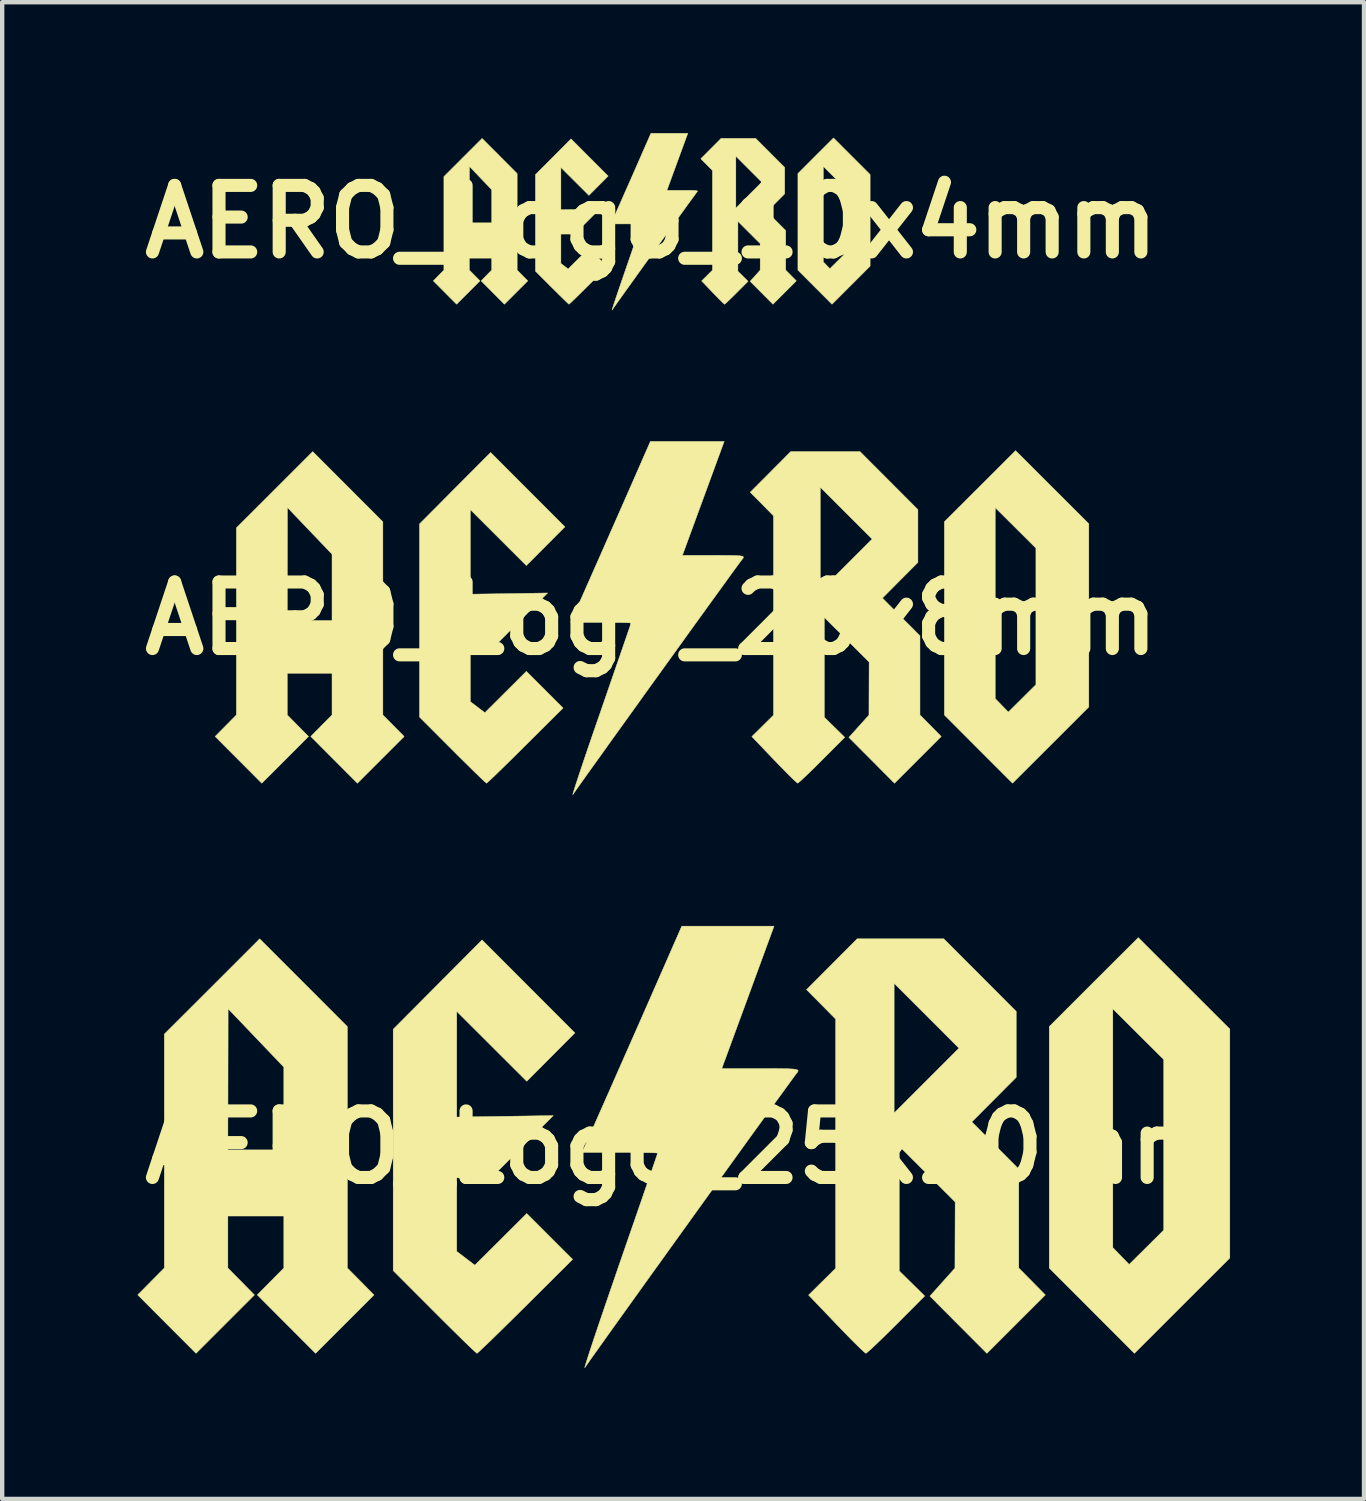
<source format=kicad_pcb>
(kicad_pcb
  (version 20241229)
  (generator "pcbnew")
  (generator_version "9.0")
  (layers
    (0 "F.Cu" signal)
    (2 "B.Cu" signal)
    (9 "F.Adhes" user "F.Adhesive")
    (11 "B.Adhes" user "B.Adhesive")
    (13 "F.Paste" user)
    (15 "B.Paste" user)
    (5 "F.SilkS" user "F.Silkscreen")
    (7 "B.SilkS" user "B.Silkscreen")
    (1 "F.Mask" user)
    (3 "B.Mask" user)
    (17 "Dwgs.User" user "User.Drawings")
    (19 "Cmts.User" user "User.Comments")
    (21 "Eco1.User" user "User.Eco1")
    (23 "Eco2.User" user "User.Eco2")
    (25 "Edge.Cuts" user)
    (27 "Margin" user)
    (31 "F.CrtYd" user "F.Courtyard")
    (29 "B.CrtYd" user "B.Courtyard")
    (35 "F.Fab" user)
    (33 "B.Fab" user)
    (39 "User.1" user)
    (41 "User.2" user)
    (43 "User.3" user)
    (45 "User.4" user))
  (footprint "AERO_Logo_20x8mm"
    (layer "F.Cu")
    (at 11.873 11.117)
    (property "Reference" "AERO_Logo_20x8mm" (at 0 0 0) (layer "F.SilkS") (effects (font (size 1.524 1.524) (thickness 0.3))))
    (attr through_hole)
    (fp_poly (pts (xy 10.02 -2.168) (xy 10.02 2.028) (xy 9.146 2.902) (xy 8.272 3.775) (xy 7.491 2.994) (xy 6.711 2.213) (xy 6.711 1.836) (xy 7.876 1.836) (xy 8.026 1.991) (xy 8.176 2.145) (xy 8.492 1.831) (xy 8.808 1.517) (xy 8.808 -1.61) (xy 8.342 -2.074) (xy 7.876 -2.538) (xy 7.876 1.836) (xy 6.711 1.836) (xy 6.711 -2.215) (xy 7.527 -3.029) (xy 8.342 -3.844) (xy 10.02 -2.168)) (stroke (width 0.01) (type solid)) (fill yes) (layer "F.SilkS"))
    (fp_poly (pts (xy -2.833 -2.95) (xy -1.982 -2.098) (xy -2.865 -1.211) (xy -4.148 -2.492) (xy -4.148 -0.555) (xy -2.378 -0.583) (xy -2.948 -0.012) (xy -3.517 0.559) (xy -4.148 0.559) (xy -4.148 1.906) (xy -3.982 2.033) (xy -3.816 2.16) (xy -3.34 1.686) (xy -2.865 1.212) (xy -2.024 2.053) (xy -2.89 2.914) (xy -3.122 3.145) (xy -3.333 3.352) (xy -3.512 3.527) (xy -3.652 3.662) (xy -3.744 3.747) (xy -3.777 3.775) (xy -3.815 3.744) (xy -3.909 3.655) (xy -4.05 3.519) (xy -4.227 3.344) (xy -4.433 3.141) (xy -4.556 3.017) (xy -5.313 2.259) (xy -5.313 -2.164) (xy -4.499 -2.983) (xy -3.684 -3.802) (xy -2.833 -2.95)) (stroke (width 0.01) (type solid)) (fill yes) (layer "F.SilkS"))
    (fp_poly (pts (xy -6.152 -2.213) (xy -6.152 2.211) (xy -5.908 2.458) (xy -5.664 2.704) (xy -6.2 3.24) (xy -6.736 3.776) (xy -7.27 3.24) (xy -7.804 2.704) (xy -7.561 2.457) (xy -7.317 2.211) (xy -7.317 1.258) (xy -8.342 1.258) (xy -8.342 2.211) (xy -8.099 2.458) (xy -7.855 2.704) (xy -8.39 3.24) (xy -8.926 3.776) (xy -9.46 3.24) (xy -9.995 2.704) (xy -9.751 2.457) (xy -9.508 2.211) (xy -9.508 0.047) (xy -8.342 0.047) (xy -7.317 0.047) (xy -7.317 -1.471) (xy -7.827 -2.005) (xy -8.338 -2.54) (xy -8.34 -1.247) (xy -8.342 0.047) (xy -9.508 0.047) (xy -9.508 -2.075) (xy -8.633 -2.948) (xy -7.759 -3.822) (xy -6.152 -2.213)) (stroke (width 0.01) (type solid)) (fill yes) (layer "F.SilkS"))
    (fp_poly (pts (xy 5.442 -3.157) (xy 6.105 -2.492) (xy 6.105 -1.283) (xy 5.698 -0.875) (xy 5.292 -0.466) (xy 6.152 0.398) (xy 6.152 2.211) (xy 6.396 2.458) (xy 6.639 2.704) (xy 6.104 3.24) (xy 5.568 3.776) (xy 5.046 3.251) (xy 4.523 2.726) (xy 4.983 2.214) (xy 4.985 1.607) (xy 4.987 1) (xy 4.474 0.489) (xy 3.961 -0.022) (xy 3.961 2.264) (xy 4.195 2.494) (xy 4.429 2.724) (xy 3.904 3.249) (xy 3.725 3.428) (xy 3.568 3.58) (xy 3.445 3.696) (xy 3.369 3.763) (xy 3.35 3.775) (xy 3.309 3.743) (xy 3.216 3.655) (xy 3.082 3.521) (xy 2.919 3.354) (xy 2.81 3.241) (xy 2.3 2.707) (xy 2.548 2.462) (xy 2.796 2.217) (xy 2.796 -0.63) (xy 3.868 -0.63) (xy 4.462 -1.224) (xy 5.056 -1.818) (xy 3.868 -3.006) (xy 3.868 -0.63) (xy 2.796 -0.63) (xy 2.796 -2.351) (xy 2.53 -2.621) (xy 2.263 -2.89) (xy 2.727 -3.356) (xy 3.191 -3.822) (xy 4.778 -3.822) (xy 5.442 -3.157)) (stroke (width 0.01) (type solid)) (fill yes) (layer "F.SilkS"))
    (fp_poly (pts (xy 0.71 -1.445) (xy 1.434 -1.445) (xy 1.707 -1.444) (xy 1.899 -1.442) (xy 2.022 -1.435) (xy 2.089 -1.424) (xy 2.11 -1.406) (xy 2.099 -1.379) (xy 2.086 -1.363) (xy 2.048 -1.314) (xy 1.962 -1.197) (xy 1.832 -1.019) (xy 1.665 -0.787) (xy 1.464 -0.51) (xy 1.236 -0.195) (xy 0.986 0.151) (xy 0.72 0.521) (xy 0.443 0.906) (xy 0.16 1.299) (xy -0.124 1.693) (xy -0.402 2.081) (xy -0.67 2.454) (xy -0.923 2.805) (xy -1.153 3.128) (xy -1.358 3.413) (xy -1.53 3.654) (xy -1.665 3.844) (xy -1.757 3.974) (xy -1.8 4.038) (xy -1.801 4.039) (xy -1.798 4.015) (xy -1.766 3.91) (xy -1.709 3.734) (xy -1.63 3.495) (xy -1.531 3.2) (xy -1.415 2.859) (xy -1.284 2.479) (xy -1.16 2.121) (xy -1.018 1.71) (xy -0.886 1.327) (xy -0.766 0.98) (xy -0.662 0.679) (xy -0.577 0.432) (xy -0.514 0.249) (xy -0.476 0.137) (xy -0.466 0.105) (xy -0.51 0.101) (xy -0.631 0.097) (xy -0.813 0.095) (xy -1.039 0.093) (xy -1.159 0.093) (xy -1.851 0.093) (xy -1.331 -1.084) (xy -1.166 -1.456) (xy -0.989 -1.859) (xy -0.809 -2.266) (xy -0.639 -2.653) (xy -0.489 -2.994) (xy -0.417 -3.158) (xy -0.024 -4.055) (xy 1.667 -4.055) (xy 0.71 -1.445)) (stroke (width 0.01) (type solid)) (fill yes) (layer "F.SilkS")))
  (footprint "AERO_Logo_10x4mm"
    (layer "F.Cu")
    (at 11.873 2.032)
    (property "Reference" "AERO_Logo_10x4mm" (at 0 0 0) (layer "F.SilkS") (effects (font (size 1.524 1.524) (thickness 0.3))))
    (attr through_hole)
    (fp_poly (pts (xy 4.591 -1.503) (xy 5.01 -1.084) (xy 5.01 1.014) (xy 4.136 1.888) (xy 3.746 1.497) (xy 3.356 1.106) (xy 3.356 0.918) (xy 3.938 0.918) (xy 4.013 0.995) (xy 4.088 1.073) (xy 4.246 0.916) (xy 4.404 0.759) (xy 4.404 -0.805) (xy 4.171 -1.037) (xy 3.938 -1.269) (xy 3.938 0.918) (xy 3.356 0.918) (xy 3.356 -1.107) (xy 3.763 -1.515) (xy 4.171 -1.922) (xy 4.591 -1.503)) (stroke (width 0.01) (type solid)) (fill yes) (layer "F.SilkS"))
    (fp_poly (pts (xy -3.478 -1.509) (xy -3.076 -1.106) (xy -3.076 1.105) (xy -2.954 1.229) (xy -2.832 1.352) (xy -3.1 1.62) (xy -3.368 1.888) (xy -3.902 1.352) (xy -3.659 1.105) (xy -3.659 0.629) (xy -4.171 0.629) (xy -4.171 1.105) (xy -4.049 1.229) (xy -3.927 1.352) (xy -4.195 1.62) (xy -4.463 1.888) (xy -4.997 1.352) (xy -4.754 1.105) (xy -4.754 0.023) (xy -4.171 0.023) (xy -3.659 0.023) (xy -3.659 -0.735) (xy -3.914 -1.003) (xy -4.169 -1.27) (xy -4.17 -0.623) (xy -4.171 0.023) (xy -4.754 0.023) (xy -4.754 -1.037) (xy -4.317 -1.474) (xy -3.879 -1.911) (xy -3.478 -1.509)) (stroke (width 0.01) (type solid)) (fill yes) (layer "F.SilkS"))
    (fp_poly (pts (xy -1.417 -1.475) (xy -0.991 -1.049) (xy -1.212 -0.827) (xy -1.432 -0.606) (xy -2.074 -1.246) (xy -2.074 -0.278) (xy -1.189 -0.291) (xy -1.474 -0.006) (xy -1.759 0.28) (xy -2.074 0.28) (xy -2.074 0.953) (xy -1.991 1.016) (xy -1.908 1.08) (xy -1.433 0.606) (xy -1.012 1.027) (xy -1.445 1.457) (xy -1.561 1.572) (xy -1.666 1.676) (xy -1.756 1.764) (xy -1.826 1.831) (xy -1.872 1.874) (xy -1.889 1.888) (xy -1.907 1.872) (xy -1.954 1.828) (xy -2.025 1.759) (xy -2.114 1.672) (xy -2.216 1.57) (xy -2.278 1.509) (xy -2.657 1.13) (xy -2.657 -1.082) (xy -2.249 -1.491) (xy -1.842 -1.901) (xy -1.417 -1.475)) (stroke (width 0.01) (type solid)) (fill yes) (layer "F.SilkS"))
    (fp_poly (pts (xy 3.053 -1.246) (xy 3.053 -0.642) (xy 2.646 -0.233) (xy 2.861 -0.017) (xy 3.076 0.199) (xy 3.076 1.105) (xy 3.198 1.229) (xy 3.32 1.352) (xy 3.052 1.62) (xy 2.784 1.888) (xy 2.261 1.363) (xy 2.491 1.107) (xy 2.492 0.804) (xy 2.493 0.5) (xy 2.237 0.245) (xy 1.981 -0.011) (xy 1.981 1.132) (xy 2.098 1.247) (xy 2.214 1.362) (xy 1.952 1.625) (xy 1.862 1.714) (xy 1.784 1.79) (xy 1.723 1.848) (xy 1.685 1.881) (xy 1.675 1.888) (xy 1.655 1.872) (xy 1.608 1.827) (xy 1.541 1.761) (xy 1.46 1.677) (xy 1.405 1.621) (xy 1.15 1.354) (xy 1.274 1.231) (xy 1.398 1.108) (xy 1.398 -0.315) (xy 1.934 -0.315) (xy 2.231 -0.612) (xy 2.528 -0.909) (xy 1.934 -1.503) (xy 1.934 -0.315) (xy 1.398 -0.315) (xy 1.398 -1.175) (xy 1.265 -1.31) (xy 1.131 -1.445) (xy 1.363 -1.678) (xy 1.595 -1.911) (xy 2.389 -1.911) (xy 3.053 -1.246)) (stroke (width 0.01) (type solid)) (fill yes) (layer "F.SilkS"))
    (fp_poly (pts (xy 0.594 -1.375) (xy 0.355 -0.722) (xy 0.717 -0.722) (xy 0.854 -0.722) (xy 0.95 -0.721) (xy 1.011 -0.718) (xy 1.044 -0.712) (xy 1.055 -0.703) (xy 1.05 -0.69) (xy 1.043 -0.682) (xy 1.024 -0.657) (xy 0.981 -0.598) (xy 0.916 -0.509) (xy 0.832 -0.394) (xy 0.732 -0.255) (xy 0.618 -0.097) (xy 0.493 0.076) (xy 0.36 0.26) (xy 0.221 0.453) (xy 0.08 0.65) (xy -0.062 0.847) (xy -0.201 1.04) (xy -0.335 1.227) (xy -0.461 1.403) (xy -0.577 1.564) (xy -0.679 1.707) (xy -0.765 1.827) (xy -0.832 1.922) (xy -0.878 1.987) (xy -0.9 2.019) (xy -0.901 2.02) (xy -0.899 2.007) (xy -0.883 1.955) (xy -0.855 1.867) (xy -0.815 1.747) (xy -0.765 1.6) (xy -0.707 1.43) (xy -0.642 1.24) (xy -0.58 1.06) (xy -0.509 0.855) (xy -0.443 0.663) (xy -0.383 0.49) (xy -0.331 0.34) (xy -0.289 0.216) (xy -0.257 0.124) (xy -0.238 0.069) (xy -0.233 0.053) (xy -0.255 0.051) (xy -0.315 0.049) (xy -0.406 0.047) (xy -0.52 0.047) (xy -0.579 0.047) (xy -0.926 0.047) (xy -0.665 -0.542) (xy -0.583 -0.728) (xy -0.494 -0.929) (xy -0.404 -1.133) (xy -0.319 -1.327) (xy -0.244 -1.497) (xy -0.209 -1.579) (xy -0.012 -2.027) (xy 0.833 -2.027) (xy 0.594 -1.375)) (stroke (width 0.01) (type solid)) (fill yes) (layer "F.SilkS")))
  (footprint "AERO_Logo_25x10mm"
    (layer "F.Cu")
    (at 12.598 23.234)
    (property "Reference" "AERO_Logo_25x10mm" (at 0 0 0) (layer "F.SilkS") (effects (font (size 1.524 1.524) (thickness 0.3))))
    (attr through_hole)
    (fp_poly (pts (xy 12.525 -2.71) (xy 12.525 2.535) (xy 10.339 4.719) (xy 9.364 3.742) (xy 8.389 2.766) (xy 8.389 2.296) (xy 9.845 2.296) (xy 10.032 2.489) (xy 10.219 2.682) (xy 11.011 1.896) (xy 11.011 -2.012) (xy 10.428 -2.592) (xy 9.845 -3.173) (xy 9.845 2.296) (xy 8.389 2.296) (xy 8.389 -2.768) (xy 9.408 -3.787) (xy 10.428 -4.805) (xy 12.525 -2.71)) (stroke (width 0.01) (type solid)) (fill yes) (layer "F.SilkS"))
    (fp_poly (pts (xy -8.694 -3.772) (xy -7.69 -2.766) (xy -7.69 2.764) (xy -7.385 3.072) (xy -7.081 3.381) (xy -7.75 4.05) (xy -8.419 4.719) (xy -9.755 3.38) (xy -9.451 3.072) (xy -9.146 2.764) (xy -9.146 1.573) (xy -10.428 1.573) (xy -10.428 2.764) (xy -10.123 3.072) (xy -9.819 3.381) (xy -11.157 4.719) (xy -11.825 4.05) (xy -12.493 3.38) (xy -12.189 3.072) (xy -11.884 2.764) (xy -11.884 0.058) (xy -10.428 0.058) (xy -9.146 0.058) (xy -9.146 -1.838) (xy -9.784 -2.507) (xy -10.422 -3.175) (xy -10.425 -1.558) (xy -10.428 0.058) (xy -11.884 0.058) (xy -11.884 -2.594) (xy -10.791 -3.685) (xy -9.699 -4.777) (xy -8.694 -3.772)) (stroke (width 0.01) (type solid)) (fill yes) (layer "F.SilkS"))
    (fp_poly (pts (xy -2.478 -2.622) (xy -3.029 -2.068) (xy -3.581 -1.514) (xy -5.185 -3.115) (xy -5.185 -0.694) (xy -4.079 -0.711) (xy -2.973 -0.728) (xy -4.397 0.699) (xy -5.185 0.699) (xy -5.185 2.383) (xy -4.977 2.541) (xy -4.77 2.699) (xy -4.175 2.107) (xy -3.581 1.515) (xy -2.53 2.566) (xy -3.612 3.643) (xy -3.903 3.931) (xy -4.166 4.19) (xy -4.39 4.409) (xy -4.565 4.577) (xy -4.679 4.684) (xy -4.721 4.719) (xy -4.769 4.679) (xy -4.886 4.569) (xy -5.062 4.399) (xy -5.284 4.18) (xy -5.541 3.926) (xy -5.695 3.771) (xy -6.641 2.824) (xy -6.641 -2.705) (xy -5.623 -3.729) (xy -4.605 -4.752) (xy -2.478 -2.622)) (stroke (width 0.01) (type solid)) (fill yes) (layer "F.SilkS"))
    (fp_poly (pts (xy 6.802 -3.946) (xy 7.632 -3.115) (xy 7.632 -1.604) (xy 7.123 -1.093) (xy 6.615 -0.583) (xy 7.152 -0.043) (xy 7.69 0.497) (xy 7.69 2.764) (xy 7.995 3.072) (xy 8.299 3.381) (xy 6.96 4.719) (xy 6.307 4.064) (xy 5.654 3.408) (xy 6.228 2.767) (xy 6.233 1.251) (xy 5.593 0.612) (xy 4.952 -0.027) (xy 4.952 2.83) (xy 5.244 3.117) (xy 5.536 3.405) (xy 4.881 4.062) (xy 4.656 4.285) (xy 4.46 4.475) (xy 4.307 4.62) (xy 4.211 4.703) (xy 4.188 4.719) (xy 4.137 4.679) (xy 4.02 4.568) (xy 3.853 4.402) (xy 3.649 4.193) (xy 3.513 4.051) (xy 2.875 3.384) (xy 3.495 2.771) (xy 3.495 -0.787) (xy 4.835 -0.787) (xy 6.32 -2.272) (xy 5.578 -3.015) (xy 4.835 -3.757) (xy 4.835 -0.787) (xy 3.495 -0.787) (xy 3.495 -2.939) (xy 3.162 -3.276) (xy 2.828 -3.613) (xy 3.988 -4.777) (xy 5.973 -4.777) (xy 6.802 -3.946)) (stroke (width 0.01) (type solid)) (fill yes) (layer "F.SilkS"))
    (fp_poly (pts (xy 1.486 -3.437) (xy 0.887 -1.806) (xy 1.793 -1.806) (xy 2.134 -1.805) (xy 2.374 -1.802) (xy 2.528 -1.794) (xy 2.611 -1.78) (xy 2.638 -1.757) (xy 2.624 -1.724) (xy 2.607 -1.704) (xy 2.56 -1.643) (xy 2.453 -1.496) (xy 2.291 -1.273) (xy 2.081 -0.984) (xy 1.83 -0.638) (xy 1.545 -0.244) (xy 1.233 0.189) (xy 0.9 0.651) (xy 0.553 1.132) (xy 0.199 1.624) (xy -0.155 2.117) (xy -0.503 2.601) (xy -0.838 3.067) (xy -1.153 3.507) (xy -1.442 3.91) (xy -1.697 4.266) (xy -1.912 4.568) (xy -2.081 4.805) (xy -2.196 4.968) (xy -2.25 5.047) (xy -2.252 5.049) (xy -2.247 5.018) (xy -2.207 4.888) (xy -2.136 4.667) (xy -2.037 4.368) (xy -1.913 4) (xy -1.768 3.574) (xy -1.605 3.099) (xy -1.451 2.651) (xy -1.273 2.137) (xy -1.107 1.658) (xy -0.957 1.225) (xy -0.828 0.849) (xy -0.721 0.54) (xy -0.643 0.311) (xy -0.595 0.171) (xy -0.583 0.132) (xy -0.637 0.126) (xy -0.789 0.122) (xy -1.016 0.119) (xy -1.299 0.117) (xy -1.448 0.117) (xy -2.314 0.117) (xy -1.663 -1.354) (xy -1.458 -1.82) (xy -1.236 -2.323) (xy -1.011 -2.832) (xy -0.798 -3.316) (xy -0.611 -3.743) (xy -0.521 -3.947) (xy -0.03 -5.068) (xy 2.084 -5.068) (xy 1.486 -3.437)) (stroke (width 0.01) (type solid)) (fill yes) (layer "F.SilkS")))
  (gr_rect
    (start -3 -3)
    (end 28.197 31.288)
    (stroke (width 0.1) (type default))
    (fill no)
    (layer "Edge.Cuts")))
</source>
